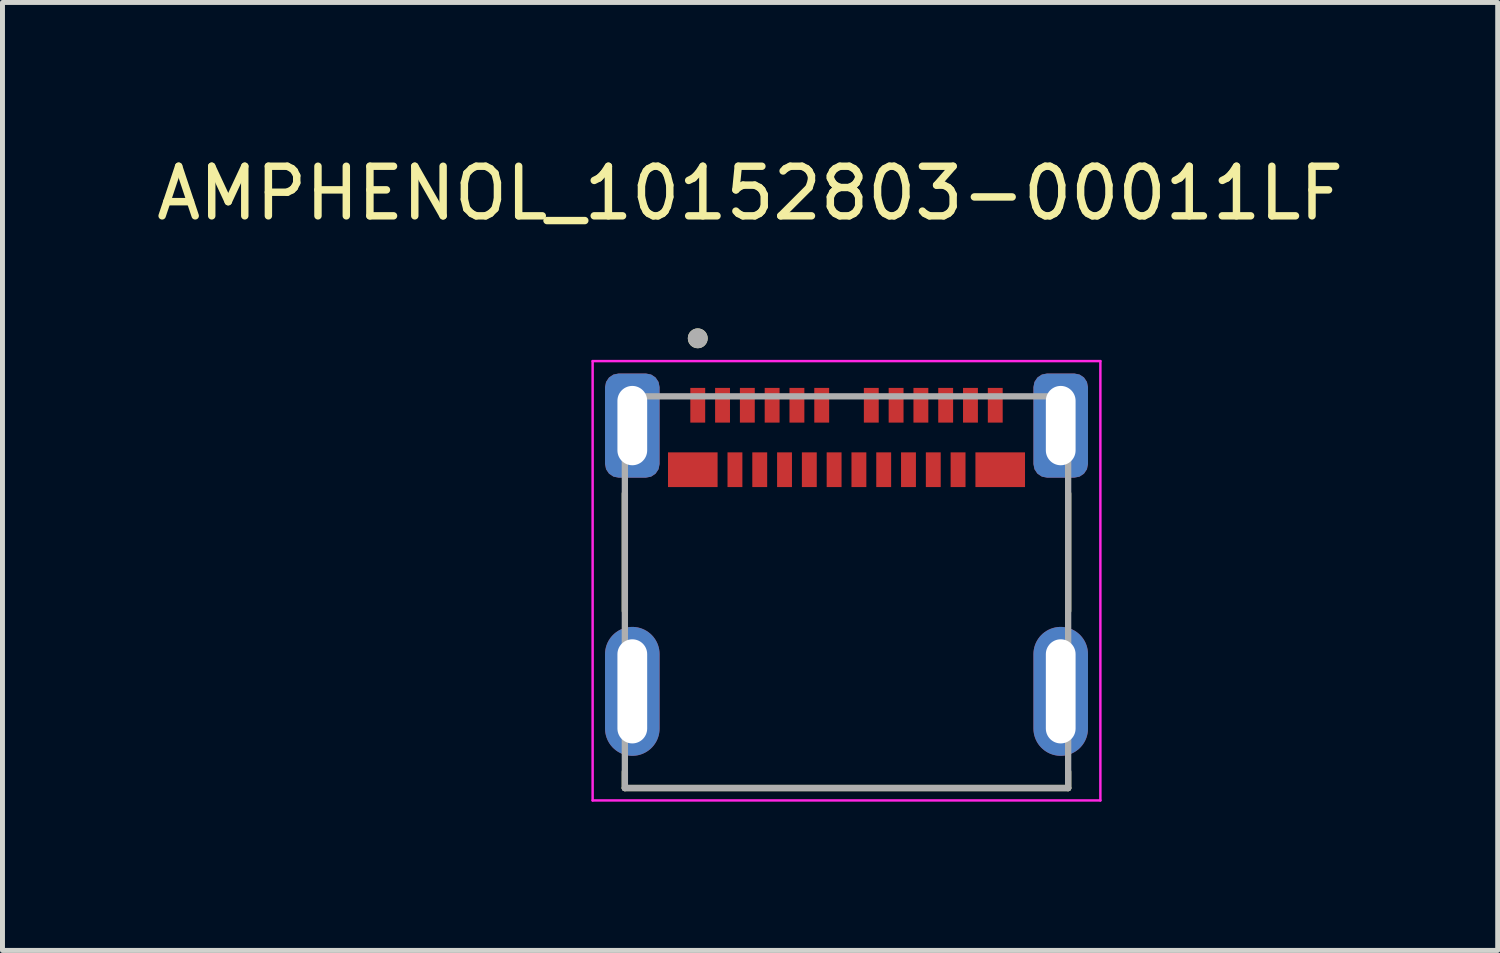
<source format=kicad_pcb>
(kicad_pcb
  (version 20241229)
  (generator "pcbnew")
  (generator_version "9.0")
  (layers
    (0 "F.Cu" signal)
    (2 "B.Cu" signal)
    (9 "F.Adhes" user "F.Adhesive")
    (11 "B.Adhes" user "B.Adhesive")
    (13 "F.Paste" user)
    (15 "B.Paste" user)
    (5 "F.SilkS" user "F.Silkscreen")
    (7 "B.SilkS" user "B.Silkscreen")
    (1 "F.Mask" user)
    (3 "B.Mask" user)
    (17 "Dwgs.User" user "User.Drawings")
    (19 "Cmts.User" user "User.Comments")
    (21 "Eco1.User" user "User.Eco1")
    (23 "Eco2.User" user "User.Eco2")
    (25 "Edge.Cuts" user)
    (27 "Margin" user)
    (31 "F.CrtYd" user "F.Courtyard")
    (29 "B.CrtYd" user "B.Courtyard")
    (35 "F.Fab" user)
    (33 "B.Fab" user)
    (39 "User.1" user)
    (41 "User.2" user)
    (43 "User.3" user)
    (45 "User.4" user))
  (footprint "AMPHENOL_10152803-00011LF"
    (layer "F.Cu")
    (at 14.022 10.893)
    (property "Reference" "AMPHENOL_10152803-00011LF" (at -1.945 -10.045 0) (layer "F.SilkS") (effects (font (size 1 1) (thickness 0.15))))
    (attr smd)
    (fp_poly (pts (xy -3.6 -4.82) (xy -2.6 -4.82) (xy -2.6 -4.12) (xy -3.6 -4.12)) (stroke (width 0.01) (type solid)) (fill yes) (layer "F.Mask"))
    (fp_poly (pts (xy -3.15 -6.12) (xy -2.85 -6.12) (xy -2.85 -5.42) (xy -3.15 -5.42)) (stroke (width 0.01) (type solid)) (fill yes) (layer "F.Mask"))
    (fp_poly (pts (xy -2.65 -6.12) (xy -2.35 -6.12) (xy -2.35 -5.42) (xy -2.65 -5.42)) (stroke (width 0.01) (type solid)) (fill yes) (layer "F.Mask"))
    (fp_poly (pts (xy -2.4 -4.82) (xy -2.1 -4.82) (xy -2.1 -4.12) (xy -2.4 -4.12)) (stroke (width 0.01) (type solid)) (fill yes) (layer "F.Mask"))
    (fp_poly (pts (xy -2.15 -6.12) (xy -1.85 -6.12) (xy -1.85 -5.42) (xy -2.15 -5.42)) (stroke (width 0.01) (type solid)) (fill yes) (layer "F.Mask"))
    (fp_poly (pts (xy -1.9 -4.82) (xy -1.6 -4.82) (xy -1.6 -4.12) (xy -1.9 -4.12)) (stroke (width 0.01) (type solid)) (fill yes) (layer "F.Mask"))
    (fp_poly (pts (xy -1.65 -6.12) (xy -1.35 -6.12) (xy -1.35 -5.42) (xy -1.65 -5.42)) (stroke (width 0.01) (type solid)) (fill yes) (layer "F.Mask"))
    (fp_poly (pts (xy -1.4 -4.82) (xy -1.1 -4.82) (xy -1.1 -4.12) (xy -1.4 -4.12)) (stroke (width 0.01) (type solid)) (fill yes) (layer "F.Mask"))
    (fp_poly (pts (xy -1.15 -6.12) (xy -0.85 -6.12) (xy -0.85 -5.42) (xy -1.15 -5.42)) (stroke (width 0.01) (type solid)) (fill yes) (layer "F.Mask"))
    (fp_poly (pts (xy -0.9 -4.82) (xy -0.6 -4.82) (xy -0.6 -4.12) (xy -0.9 -4.12)) (stroke (width 0.01) (type solid)) (fill yes) (layer "F.Mask"))
    (fp_poly (pts (xy -0.65 -6.12) (xy -0.35 -6.12) (xy -0.35 -5.42) (xy -0.65 -5.42)) (stroke (width 0.01) (type solid)) (fill yes) (layer "F.Mask"))
    (fp_poly (pts (xy -0.4 -4.82) (xy -0.1 -4.82) (xy -0.1 -4.12) (xy -0.4 -4.12)) (stroke (width 0.01) (type solid)) (fill yes) (layer "F.Mask"))
    (fp_poly (pts (xy 0.1 -4.82) (xy 0.4 -4.82) (xy 0.4 -4.12) (xy 0.1 -4.12)) (stroke (width 0.01) (type solid)) (fill yes) (layer "F.Mask"))
    (fp_poly (pts (xy 0.35 -6.12) (xy 0.65 -6.12) (xy 0.65 -5.42) (xy 0.35 -5.42)) (stroke (width 0.01) (type solid)) (fill yes) (layer "F.Mask"))
    (fp_poly (pts (xy 0.6 -4.82) (xy 0.9 -4.82) (xy 0.9 -4.12) (xy 0.6 -4.12)) (stroke (width 0.01) (type solid)) (fill yes) (layer "F.Mask"))
    (fp_poly (pts (xy 0.85 -6.12) (xy 1.15 -6.12) (xy 1.15 -5.42) (xy 0.85 -5.42)) (stroke (width 0.01) (type solid)) (fill yes) (layer "F.Mask"))
    (fp_poly (pts (xy 1.1 -4.82) (xy 1.4 -4.82) (xy 1.4 -4.12) (xy 1.1 -4.12)) (stroke (width 0.01) (type solid)) (fill yes) (layer "F.Mask"))
    (fp_poly (pts (xy 1.35 -6.12) (xy 1.65 -6.12) (xy 1.65 -5.42) (xy 1.35 -5.42)) (stroke (width 0.01) (type solid)) (fill yes) (layer "F.Mask"))
    (fp_poly (pts (xy 1.6 -4.82) (xy 1.9 -4.82) (xy 1.9 -4.12) (xy 1.6 -4.12)) (stroke (width 0.01) (type solid)) (fill yes) (layer "F.Mask"))
    (fp_poly (pts (xy 1.85 -6.12) (xy 2.15 -6.12) (xy 2.15 -5.42) (xy 1.85 -5.42)) (stroke (width 0.01) (type solid)) (fill yes) (layer "F.Mask"))
    (fp_poly (pts (xy 2.1 -4.82) (xy 2.4 -4.82) (xy 2.4 -4.12) (xy 2.1 -4.12)) (stroke (width 0.01) (type solid)) (fill yes) (layer "F.Mask"))
    (fp_poly (pts (xy 2.35 -6.12) (xy 2.65 -6.12) (xy 2.65 -5.42) (xy 2.35 -5.42)) (stroke (width 0.01) (type solid)) (fill yes) (layer "F.Mask"))
    (fp_poly (pts (xy 2.6 -4.82) (xy 3.6 -4.82) (xy 3.6 -4.12) (xy 2.6 -4.12)) (stroke (width 0.01) (type solid)) (fill yes) (layer "F.Mask"))
    (fp_poly (pts (xy 2.85 -6.12) (xy 3.15 -6.12) (xy 3.15 -5.42) (xy 2.85 -5.42)) (stroke (width 0.01) (type solid)) (fill yes) (layer "F.Mask"))
    (fp_line (start -4.47 -3.99) (end -4.47 -1.62) (stroke (width 0.127) (type solid)) (layer "F.SilkS"))
    (fp_line (start -4.47 1.95) (end -4.47 1.62) (stroke (width 0.127) (type solid)) (layer "F.SilkS"))
    (fp_line (start -4.47 1.95) (end 4.47 1.95) (stroke (width 0.127) (type solid)) (layer "F.SilkS"))
    (fp_line (start 4.47 -3.99) (end 4.47 -1.62) (stroke (width 0.127) (type solid)) (layer "F.SilkS"))
    (fp_line (start 4.47 1.95) (end 4.47 1.62) (stroke (width 0.127) (type solid)) (layer "F.SilkS"))
    (fp_circle (center -3 -7.12) (end -2.9 -7.12) (stroke (width 0.2) (type solid)) (fill no) (layer "F.SilkS"))
    (fp_line (start -5.12 -6.66) (end -5.12 2.2) (stroke (width 0.05) (type solid)) (layer "F.CrtYd"))
    (fp_line (start -5.12 2.2) (end 5.12 2.2) (stroke (width 0.05) (type solid)) (layer "F.CrtYd"))
    (fp_line (start 5.12 -6.66) (end -5.12 -6.66) (stroke (width 0.05) (type solid)) (layer "F.CrtYd"))
    (fp_line (start 5.12 2.2) (end 5.12 -6.66) (stroke (width 0.05) (type solid)) (layer "F.CrtYd"))
    (fp_line (start -4.47 -5.95) (end -4.47 1.95) (stroke (width 0.127) (type solid)) (layer "F.Fab"))
    (fp_line (start -4.47 1.95) (end 4.47 1.95) (stroke (width 0.127) (type solid)) (layer "F.Fab"))
    (fp_line (start 4.47 -5.95) (end -4.47 -5.95) (stroke (width 0.127) (type solid)) (layer "F.Fab"))
    (fp_line (start 4.47 1.95) (end 4.47 -5.95) (stroke (width 0.127) (type solid)) (layer "F.Fab"))
    (fp_circle (center -3 -7.12) (end -2.9 -7.12) (stroke (width 0.2) (type solid)) (fill no) (layer "F.Fab"))
    (pad "A1" smd rect (at -3 -5.77) (size 0.3 0.7) (layers "F.Cu" "F.Paste"))
    (pad "A2" smd rect (at -2.5 -5.77) (size 0.3 0.7) (layers "F.Cu" "F.Paste"))
    (pad "A3" smd rect (at -2 -5.77) (size 0.3 0.7) (layers "F.Cu" "F.Paste"))
    (pad "A4" smd rect (at -1.5 -5.77) (size 0.3 0.7) (layers "F.Cu" "F.Paste"))
    (pad "A5" smd rect (at -1 -5.77) (size 0.3 0.7) (layers "F.Cu" "F.Paste"))
    (pad "A6" smd rect (at -0.5 -5.77) (size 0.3 0.7) (layers "F.Cu" "F.Paste"))
    (pad "A7" smd rect (at 0.5 -5.77) (size 0.3 0.7) (layers "F.Cu" "F.Paste"))
    (pad "A8" smd rect (at 1 -5.77) (size 0.3 0.7) (layers "F.Cu" "F.Paste"))
    (pad "A9" smd rect (at 1.5 -5.77) (size 0.3 0.7) (layers "F.Cu" "F.Paste"))
    (pad "A10" smd rect (at 2 -5.77) (size 0.3 0.7) (layers "F.Cu" "F.Paste"))
    (pad "A11" smd rect (at 2.5 -5.77) (size 0.3 0.7) (layers "F.Cu" "F.Paste"))
    (pad "A12" smd rect (at 3 -5.77) (size 0.3 0.7) (layers "F.Cu" "F.Paste"))
    (pad "B1" smd rect (at 3.1 -4.47) (size 1 0.7) (layers "F.Cu" "F.Paste"))
    (pad "B2" smd rect (at 2.25 -4.47) (size 0.3 0.7) (layers "F.Cu" "F.Paste"))
    (pad "B3" smd rect (at 1.75 -4.47) (size 0.3 0.7) (layers "F.Cu" "F.Paste"))
    (pad "B4" smd rect (at 1.25 -4.47) (size 0.3 0.7) (layers "F.Cu" "F.Paste"))
    (pad "B5" smd rect (at 0.75 -4.47) (size 0.3 0.7) (layers "F.Cu" "F.Paste"))
    (pad "B6" smd rect (at 0.25 -4.47) (size 0.3 0.7) (layers "F.Cu" "F.Paste"))
    (pad "B7" smd rect (at -0.25 -4.47) (size 0.3 0.7) (layers "F.Cu" "F.Paste"))
    (pad "B8" smd rect (at -0.75 -4.47) (size 0.3 0.7) (layers "F.Cu" "F.Paste"))
    (pad "B9" smd rect (at -1.25 -4.47) (size 0.3 0.7) (layers "F.Cu" "F.Paste"))
    (pad "B10" smd rect (at -1.75 -4.47) (size 0.3 0.7) (layers "F.Cu" "F.Paste"))
    (pad "B11" smd rect (at -2.25 -4.47) (size 0.3 0.7) (layers "F.Cu" "F.Paste"))
    (pad "B12" smd rect (at -3.1 -4.47) (size 1 0.7) (layers "F.Cu" "F.Paste"))
    (pad "S1" thru_hole oval (at -4.32 0) (size 1.1 2.6) (drill oval 0.6 2.1) (layers "*.Cu" "*.Mask"))
    (pad "S2" thru_hole oval (at 4.32 0) (size 1.1 2.6) (drill oval 0.6 2.1) (layers "*.Cu" "*.Mask"))
    (pad "S3" thru_hole roundrect (at -4.32 -5.36) (size 1.1 2.1) (drill oval 0.6 1.6) (layers "*.Cu" "*.Mask") (roundrect_rratio 0.25))
    (pad "S4" thru_hole roundrect (at 4.32 -5.36) (size 1.1 2.1) (drill oval 0.6 1.6) (layers "*.Cu" "*.Mask") (roundrect_rratio 0.25))
    (zone (net_name "") (layer "F.Cu") (hatch full 0.508) (connect_pads) (min_thickness 0.01) (filled_areas_thickness no) (keepout (tracks not_allowed) (vias not_allowed) (pads not_allowed) (copperpour not_allowed) (footprints allowed)) (placement (enabled no)) (fill) (polygon (pts (xy 10.522 7.013) (xy 17.522 7.013) (xy 17.522 12.663) (xy 10.522 12.663))))
    (zone (net_name "") (layers "F.Cu" "B.Cu") (hatch full 0.508) (connect_pads) (min_thickness 0.01) (filled_areas_thickness no) (keepout (tracks allowed) (vias not_allowed) (pads allowed) (copperpour allowed) (footprints allowed)) (placement (enabled no)) (fill) (polygon (pts (xy 10.522 7.013) (xy 17.522 7.013) (xy 17.522 12.663) (xy 10.522 12.663)))))
  (gr_rect
    (start -3 -3)
    (end 27.155 16.118)
    (stroke (width 0.1) (type default))
    (fill no)
    (layer "Edge.Cuts")))
</source>
